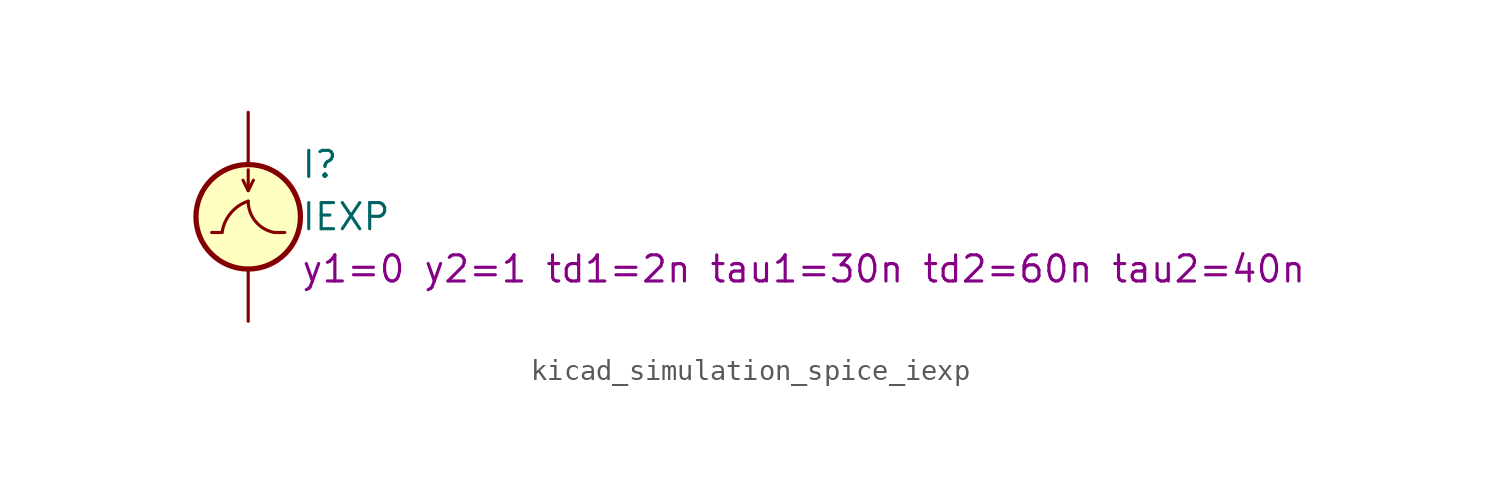
<source format=kicad_sym>
(kicad_symbol_lib
  (version 20220914)
  (generator kicad_symbol_editor)
  (symbol "kicad_simulation_spice_iexp"
    (pin_numbers hide)
    (pin_names
      (offset 0.025))
    (property "Reference" "I"
      (at 2.54 2.54 0)
      (effects (font (size 1.27 1.27)) (justify left)))
    (property "Value" "IEXP"
      (at 2.54 0 0)
      (effects (font (size 1.27 1.27)) (justify left)))
    (property "Sim.Params" "y1=0 y2=1 td1=2n tau1=30n td2=60n tau2=40n"
      (at 2.54 -2.54 0)
      (effects (font (size 1.27 1.27)) (justify left)))
    (symbol "kicad_simulation_spice_iexp_0_0"
      (polyline (pts (xy -1.27 -0.762) (xy -1.778 -0.762)) (stroke (width 0) (type default)) (fill (type none)))
      (polyline (pts (xy 1.27 -0.762) (xy 1.778 -0.762)) (stroke (width 0) (type default)) (fill (type none)))
      (arc (start 0 0.762) (mid -0.851 0.1794) (end -1.27 -0.762) (stroke (width 0) (type default)) (fill (type none)))
      (arc (start 0 0.762) (mid 0.3591 -0.2299) (end 1.27 -0.762) (stroke (width 0) (type default)) (fill (type none))))
    (symbol "kicad_simulation_spice_iexp_0_1"
      (polyline (pts (xy 0 1.27) (xy 0 2.286)) (stroke (width 0) (type default)) (fill (type none)))
      (polyline (pts (xy -0.254 1.778) (xy 0 1.27) (xy 0.254 1.778)) (stroke (width 0) (type default)) (fill (type none)))
      (circle (center 0 0) (radius 2.54) (stroke (width 0.254) (type default)) (fill (type background))))
    (symbol "kicad_simulation_spice_iexp_1_1"
      (pin passive line (at 0 5.08 270) (length 2.54) (name "~" (effects (font (size 1.27 1.27)))) (number "1" (effects (font (size 1.27 1.27)))))
      (pin passive line (at 0 -5.08 90) (length 2.54) (name "~" (effects (font (size 1.27 1.27)))) (number "2" (effects (font (size 1.27 1.27))))))))
</source>
